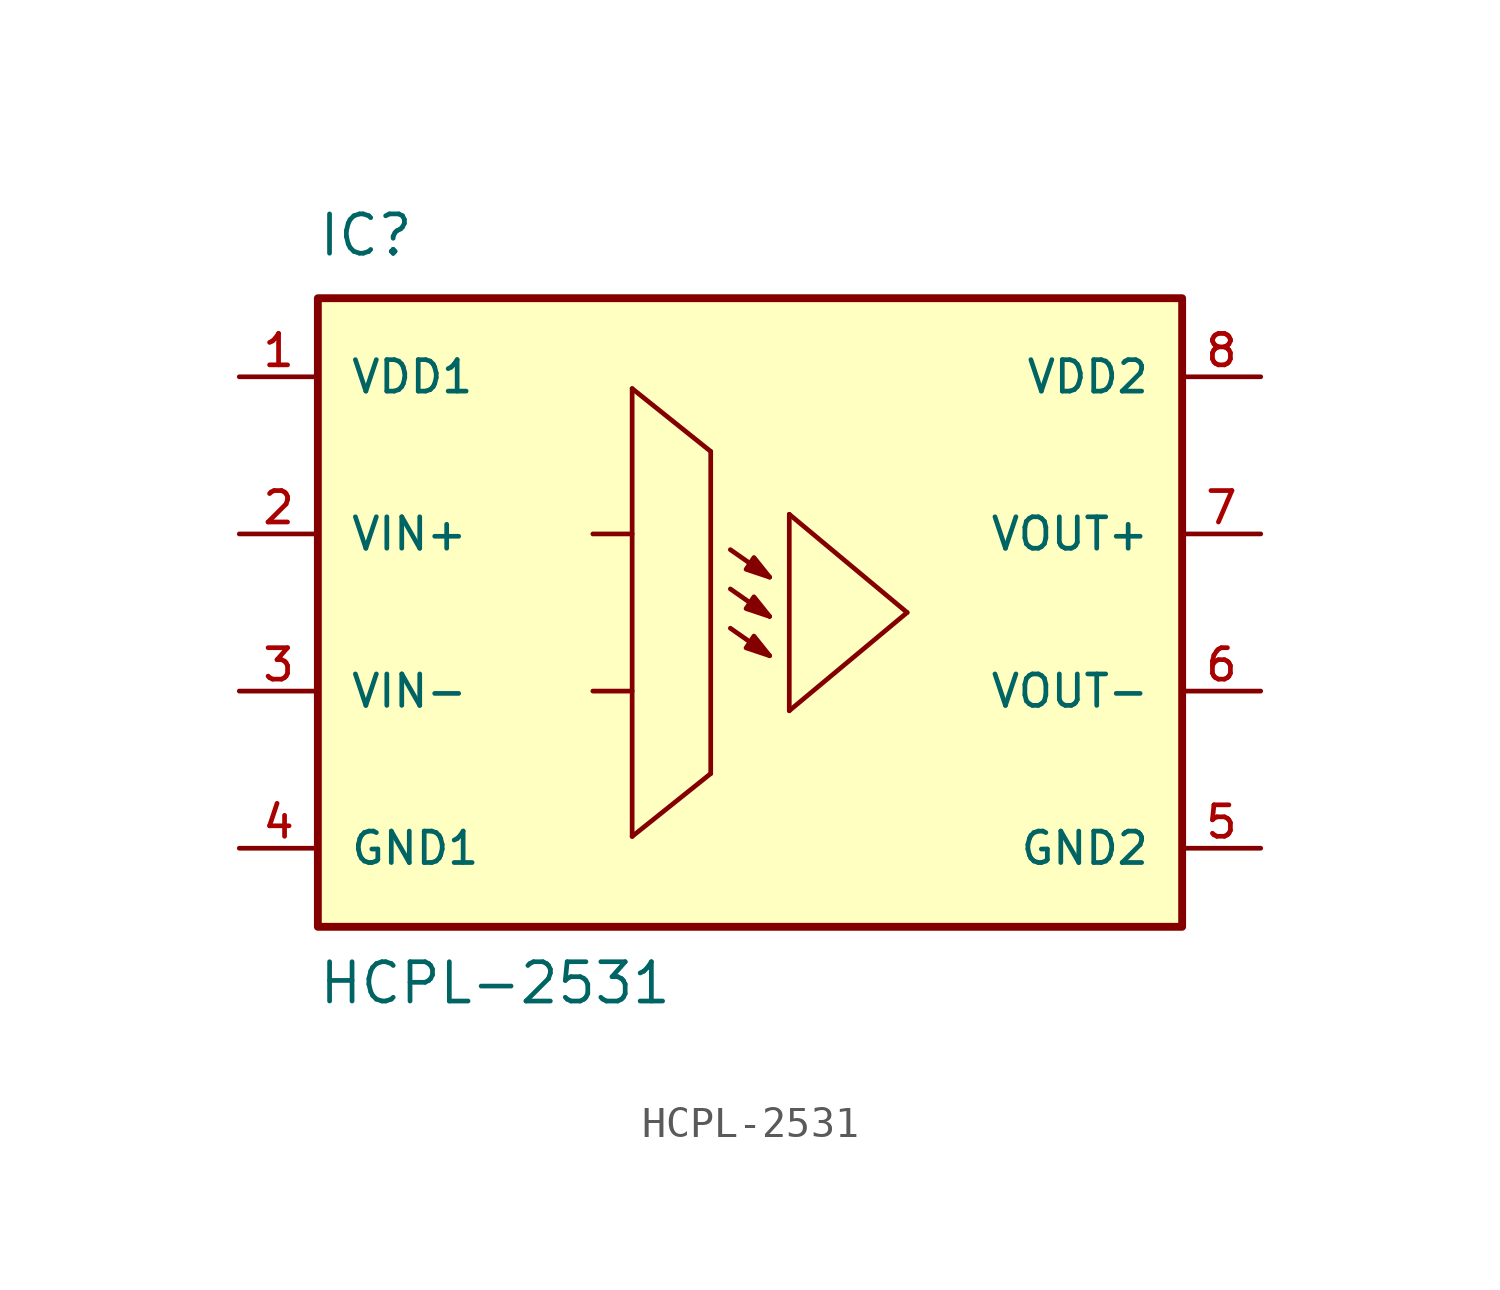
<source format=kicad_sym>
(kicad_symbol_lib
  (version 20220914)
  (generator kicad_symbol_editor)
  (symbol "HCPL-2531"
    (pin_names
      (offset 1.016))
    (property "Reference" "IC"
      (at -12.725 11.452 0)
      (effects (font (size 1.27 1.27)) (justify left bottom)))
    (property "Value" "HCPL-2531"
      (at -12.723 -12.723 0)
      (effects (font (size 1.27 1.27)) (justify left bottom)))
    (symbol "HCPL-2531_0_0"
      (rectangle (start -12.7 -10.16) (end 15.24 10.16) (stroke (width 0.254) (type default)) (fill (type background)))
      (polyline (pts (xy -3.81 -2.54) (xy -2.54 -2.54)) (stroke (width 0.152) (type default)) (fill (type none)))
      (polyline (pts (xy -3.81 2.54) (xy -2.54 2.54)) (stroke (width 0.152) (type default)) (fill (type none)))
      (polyline (pts (xy -2.54 -7.239) (xy 0 -5.207)) (stroke (width 0.152) (type default)) (fill (type none)))
      (polyline (pts (xy -2.54 7.239) (xy -2.54 -7.239)) (stroke (width 0.152) (type default)) (fill (type none)))
      (polyline (pts (xy 0 -5.207) (xy 0 5.207)) (stroke (width 0.152) (type default)) (fill (type none)))
      (polyline (pts (xy 0 5.207) (xy -2.54 7.239)) (stroke (width 0.152) (type default)) (fill (type none)))
      (polyline (pts (xy 0.635 -0.508) (xy 1.905 -1.397)) (stroke (width 0.152) (type default)) (fill (type none)))
      (polyline (pts (xy 0.635 0.762) (xy 1.905 -0.127)) (stroke (width 0.152) (type default)) (fill (type none)))
      (polyline (pts (xy 0.635 2.032) (xy 1.905 1.143)) (stroke (width 0.152) (type default)) (fill (type none)))
      (polyline (pts (xy 2.54 -3.175) (xy 2.54 3.175)) (stroke (width 0.152) (type default)) (fill (type none)))
      (polyline (pts (xy 2.54 3.175) (xy 6.35 0)) (stroke (width 0.152) (type default)) (fill (type none)))
      (polyline (pts (xy 6.35 0) (xy 2.54 -3.175)) (stroke (width 0.152) (type default)) (fill (type none)))
      (polyline (pts (xy 1.905 -1.397) (xy 1.397 -0.762) (xy 1.143 -1.143) (xy 1.905 -1.397)) (stroke (width 0.152) (type default)) (fill (type outline)))
      (polyline (pts (xy 1.905 -0.127) (xy 1.397 0.508) (xy 1.143 0.127) (xy 1.905 -0.127)) (stroke (width 0.152) (type default)) (fill (type outline)))
      (polyline (pts (xy 1.905 1.143) (xy 1.397 1.778) (xy 1.143 1.397) (xy 1.905 1.143)) (stroke (width 0.152) (type default)) (fill (type outline)))
      (pin power_in line (at -15.24 7.62 0) (length 2.54) (name "VDD1" (effects (font (size 1.016 1.016)))) (number "1" (effects (font (size 1.016 1.016)))))
      (pin power_in line (at -15.24 2.54 0) (length 2.54) (name "VIN+" (effects (font (size 1.016 1.016)))) (number "2" (effects (font (size 1.016 1.016)))))
      (pin power_in line (at -15.24 -2.54 0) (length 2.54) (name "VIN-" (effects (font (size 1.016 1.016)))) (number "3" (effects (font (size 1.016 1.016)))))
      (pin power_in line (at -15.24 -7.62 0) (length 2.54) (name "GND1" (effects (font (size 1.016 1.016)))) (number "4" (effects (font (size 1.016 1.016)))))
      (pin power_in line (at 17.78 -7.62 180) (length 2.54) (name "GND2" (effects (font (size 1.016 1.016)))) (number "5" (effects (font (size 1.016 1.016)))))
      (pin power_in line (at 17.78 -2.54 180) (length 2.54) (name "VOUT-" (effects (font (size 1.016 1.016)))) (number "6" (effects (font (size 1.016 1.016)))))
      (pin power_in line (at 17.78 2.54 180) (length 2.54) (name "VOUT+" (effects (font (size 1.016 1.016)))) (number "7" (effects (font (size 1.016 1.016)))))
      (pin power_in line (at 17.78 7.62 180) (length 2.54) (name "VDD2" (effects (font (size 1.016 1.016)))) (number "8" (effects (font (size 1.016 1.016))))))))
</source>
